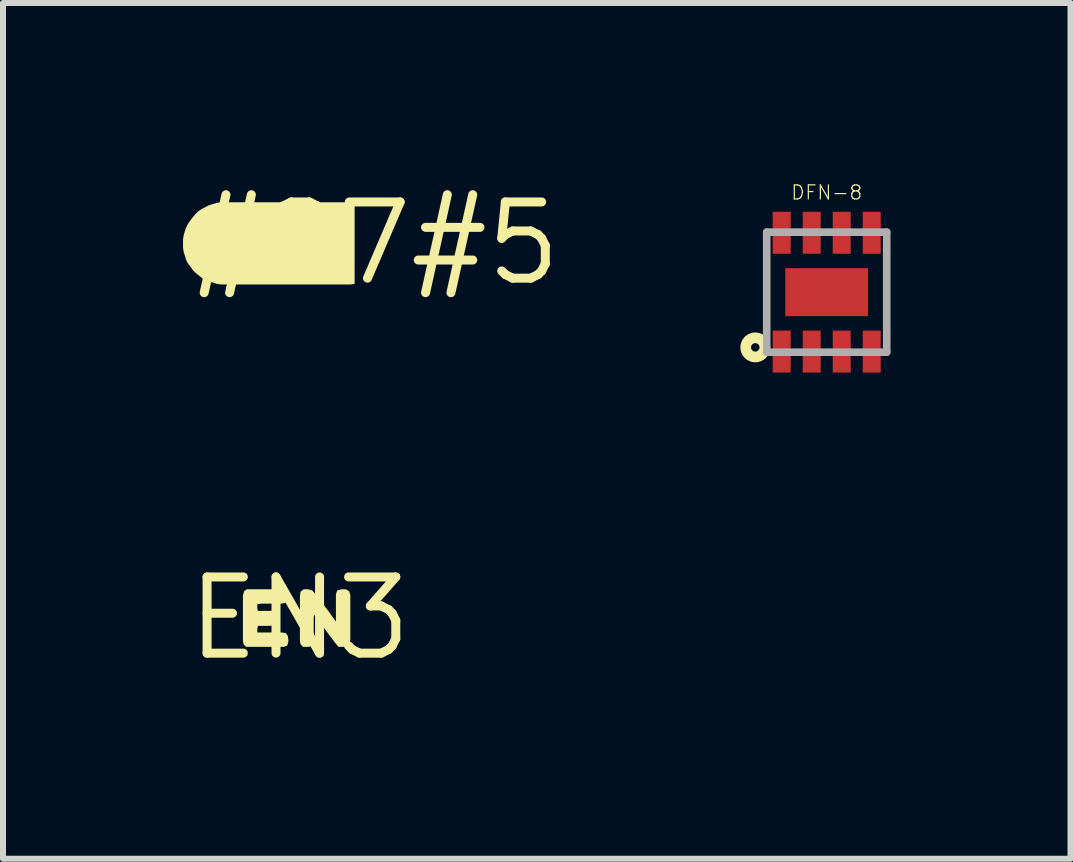
<source format=kicad_pcb>
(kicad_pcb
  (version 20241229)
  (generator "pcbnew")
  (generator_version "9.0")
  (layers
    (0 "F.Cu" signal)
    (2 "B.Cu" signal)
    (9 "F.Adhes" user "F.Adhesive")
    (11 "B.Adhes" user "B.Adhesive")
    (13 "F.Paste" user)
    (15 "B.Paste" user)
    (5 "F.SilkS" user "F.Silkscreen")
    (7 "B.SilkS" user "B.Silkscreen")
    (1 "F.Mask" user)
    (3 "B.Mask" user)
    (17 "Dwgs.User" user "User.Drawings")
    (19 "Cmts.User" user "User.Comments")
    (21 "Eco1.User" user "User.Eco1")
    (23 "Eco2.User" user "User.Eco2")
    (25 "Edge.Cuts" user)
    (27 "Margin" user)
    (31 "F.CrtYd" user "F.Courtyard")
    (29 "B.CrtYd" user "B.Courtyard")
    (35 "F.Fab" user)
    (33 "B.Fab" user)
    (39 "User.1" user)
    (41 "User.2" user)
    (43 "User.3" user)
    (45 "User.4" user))
  (footprint "EN3"
    (layer "F.Cu")
    (at 1.943 7.255)
    (property "Reference" "EN3" (at 0 0 0) (layer "F.SilkS") (effects (font (size 1.27 1.27) (thickness 0.15))))
    (fp_poly (pts (xy 0.213 -0.464) (xy 0.254 -0.413) (xy 0.464 -0.143) (xy 0.605 0.054) (xy 0.605 -0.401) (xy 0.626 -0.464) (xy 0.699 -0.485) (xy 0.771 -0.485) (xy 0.824 -0.453) (xy 0.845 -0.391) (xy 0.845 0.36) (xy 0.835 0.422) (xy 0.803 0.465) (xy 0.72 0.475) (xy 0.648 0.475) (xy 0.596 0.413) (xy 0.243 -0.058) (xy 0.235 -0.01) (xy 0.235 0.401) (xy 0.214 0.454) (xy 0.151 0.475) (xy 0.058 0.475) (xy 0.015 0.432) (xy 0.005 0.37) (xy 0.005 -0.37) (xy 0.015 -0.443) (xy 0.068 -0.485) (xy 0.141 -0.485)) (stroke (width 0) (type default)) (fill yes) (layer "F.SilkS"))
    (fp_poly (pts (xy -0.206 -0.453) (xy -0.185 -0.38) (xy -0.195 -0.287) (xy -0.238 -0.255) (xy -0.31 -0.245) (xy -0.65 -0.245) (xy -0.705 -0.236) (xy -0.705 -0.17) (xy -0.696 -0.125) (xy -0.419 -0.125) (xy -0.367 -0.104) (xy -0.335 -0.051) (xy -0.335 0.041) (xy -0.367 0.094) (xy -0.419 0.115) (xy -0.5 0.125) (xy -0.696 0.125) (xy -0.705 0.18) (xy -0.705 0.235) (xy -0.3 0.235) (xy -0.227 0.245) (xy -0.195 0.298) (xy -0.185 0.38) (xy -0.206 0.454) (xy -0.259 0.475) (xy -0.892 0.475) (xy -0.935 0.432) (xy -0.945 0.37) (xy -0.945 -0.381) (xy -0.924 -0.453) (xy -0.882 -0.485) (xy -0.259 -0.485)) (stroke (width 0) (type default)) (fill yes) (layer "F.SilkS")))
  (footprint "DFN-8"
    (layer "F.Cu")
    (at 10.727 1.819)
    (property "Reference" "DFN-8" (at 0 -1.524 0) (layer "F.SilkS") (effects (font (size 0.234 0.234) (thickness 0.02)) (justify bottom)))
    (fp_poly (pts (xy -0.97 -0.57) (xy -0.53 -0.57) (xy -0.53 -1.41) (xy -0.97 -1.41)) (stroke (width 0) (type default)) (fill yes) (layer "F.Mask"))
    (fp_poly (pts (xy -0.97 1.43) (xy -0.53 1.43) (xy -0.53 0.59) (xy -0.97 0.59)) (stroke (width 0) (type default)) (fill yes) (layer "F.Mask"))
    (fp_poly (pts (xy -0.76 0.47) (xy 0.76 0.47) (xy 0.76 -0.47) (xy -0.76 -0.47)) (stroke (width 0) (type default)) (fill yes) (layer "F.Mask"))
    (fp_poly (pts (xy -0.47 -0.57) (xy -0.03 -0.57) (xy -0.03 -1.41) (xy -0.47 -1.41)) (stroke (width 0) (type default)) (fill yes) (layer "F.Mask"))
    (fp_poly (pts (xy -0.47 1.43) (xy -0.03 1.43) (xy -0.03 0.59) (xy -0.47 0.59)) (stroke (width 0) (type default)) (fill yes) (layer "F.Mask"))
    (fp_poly (pts (xy 0.03 -0.57) (xy 0.47 -0.57) (xy 0.47 -1.41) (xy 0.03 -1.41)) (stroke (width 0) (type default)) (fill yes) (layer "F.Mask"))
    (fp_poly (pts (xy 0.03 1.43) (xy 0.47 1.43) (xy 0.47 0.59) (xy 0.03 0.59)) (stroke (width 0) (type default)) (fill yes) (layer "F.Mask"))
    (fp_poly (pts (xy 0.53 -0.57) (xy 0.97 -0.57) (xy 0.97 -1.41) (xy 0.53 -1.41)) (stroke (width 0) (type default)) (fill yes) (layer "F.Mask"))
    (fp_poly (pts (xy 0.53 1.43) (xy 0.97 1.43) (xy 0.97 0.59) (xy 0.53 0.59)) (stroke (width 0) (type default)) (fill yes) (layer "F.Mask"))
    (fp_circle (center -1.19 0.92) (end -1.119 0.92) (stroke (width 0.178) (type solid)) (fill no) (layer "F.SilkS"))
    (fp_poly (pts (xy -0.875 -0.7) (xy -0.625 -0.7) (xy -0.625 -1.337) (xy -0.875 -1.337)) (stroke (width 0) (type default)) (fill yes) (layer "F.Paste"))
    (fp_poly (pts (xy -0.875 1.337) (xy -0.625 1.337) (xy -0.625 0.7) (xy -0.875 0.7)) (stroke (width 0) (type default)) (fill yes) (layer "F.Paste"))
    (fp_poly (pts (xy -0.59 0.32) (xy -0.09 0.32) (xy -0.09 -0.32) (xy -0.59 -0.32)) (stroke (width 0) (type default)) (fill yes) (layer "F.Paste"))
    (fp_poly (pts (xy -0.375 -0.7) (xy -0.125 -0.7) (xy -0.125 -1.337) (xy -0.375 -1.337)) (stroke (width 0) (type default)) (fill yes) (layer "F.Paste"))
    (fp_poly (pts (xy -0.375 1.337) (xy -0.125 1.337) (xy -0.125 0.7) (xy -0.375 0.7)) (stroke (width 0) (type default)) (fill yes) (layer "F.Paste"))
    (fp_poly (pts (xy 0.09 0.32) (xy 0.59 0.32) (xy 0.59 -0.32) (xy 0.09 -0.32)) (stroke (width 0) (type default)) (fill yes) (layer "F.Paste"))
    (fp_poly (pts (xy 0.125 -0.7) (xy 0.375 -0.7) (xy 0.375 -1.337) (xy 0.125 -1.337)) (stroke (width 0) (type default)) (fill yes) (layer "F.Paste"))
    (fp_poly (pts (xy 0.125 1.337) (xy 0.375 1.337) (xy 0.375 0.7) (xy 0.125 0.7)) (stroke (width 0) (type default)) (fill yes) (layer "F.Paste"))
    (fp_poly (pts (xy 0.625 -0.7) (xy 0.875 -0.7) (xy 0.875 -1.337) (xy 0.625 -1.337)) (stroke (width 0) (type default)) (fill yes) (layer "F.Paste"))
    (fp_poly (pts (xy 0.625 1.337) (xy 0.875 1.337) (xy 0.875 0.7) (xy 0.625 0.7)) (stroke (width 0) (type default)) (fill yes) (layer "F.Paste"))
    (fp_line (start -1 -1) (end 1 -1) (stroke (width 0.127) (type solid)) (layer "F.Fab"))
    (fp_line (start -1 1) (end -1 -1) (stroke (width 0.127) (type solid)) (layer "F.Fab"))
    (fp_line (start 1 -1) (end 1 1) (stroke (width 0.127) (type solid)) (layer "F.Fab"))
    (fp_line (start 1 1) (end -1 1) (stroke (width 0.127) (type solid)) (layer "F.Fab"))
    (pad "1" smd rect (at -0.75 0.99 90) (size 0.7 0.3) (layers "F.Cu"))
    (pad "2" smd rect (at -0.25 0.99 90) (size 0.7 0.3) (layers "F.Cu"))
    (pad "3" smd rect (at 0.25 0.99 90) (size 0.7 0.3) (layers "F.Cu"))
    (pad "4" smd rect (at 0.75 0.99 90) (size 0.7 0.3) (layers "F.Cu"))
    (pad "5" smd rect (at 0.75 -0.99 90) (size 0.7 0.3) (layers "F.Cu"))
    (pad "6" smd rect (at 0.25 -0.99 90) (size 0.7 0.3) (layers "F.Cu"))
    (pad "7" smd rect (at -0.25 -0.99 90) (size 0.7 0.3) (layers "F.Cu"))
    (pad "8" smd rect (at -0.75 -0.99 90) (size 0.7 0.3) (layers "F.Cu"))
    (pad "9" smd rect (at 0 0) (size 1.38 0.8) (layers "F.Cu")))
  (footprint "#27#5"
    (layer "F.Cu")
    (at 3.195 1.006)
    (property "Reference" "#27#5" (at 0 0 0) (layer "F.SilkS") (effects (font (size 1.27 1.27) (thickness 0.15))))
    (fp_poly (pts (xy -0.335 -0.62) (xy -0.335 0.674) (xy -0.4 0.685) (xy -2.56 0.685) (xy -2.631 0.675) (xy -2.691 0.655) (xy -2.762 0.635) (xy -2.883 0.574) (xy -2.933 0.534) (xy -2.983 0.494) (xy -3.034 0.443) (xy -3.074 0.383) (xy -3.114 0.333) (xy -3.145 0.272) (xy -3.165 0.201) (xy -3.185 0.141) (xy -3.195 0.07) (xy -3.195 -0.07) (xy -3.185 -0.131) (xy -3.165 -0.201) (xy -3.145 -0.262) (xy -3.114 -0.323) (xy -3.074 -0.383) (xy -3.034 -0.433) (xy -2.994 -0.483) (xy -2.943 -0.534) (xy -2.883 -0.574) (xy -2.762 -0.635) (xy -2.701 -0.655) (xy -2.631 -0.675) (xy -2.56 -0.685) (xy -0.346 -0.685)) (stroke (width 0) (type default)) (fill yes) (layer "F.SilkS")))
  (gr_rect
    (start -3 -3)
    (end 14.79 11.261)
    (stroke (width 0.1) (type default))
    (fill no)
    (layer "Edge.Cuts")))
</source>
